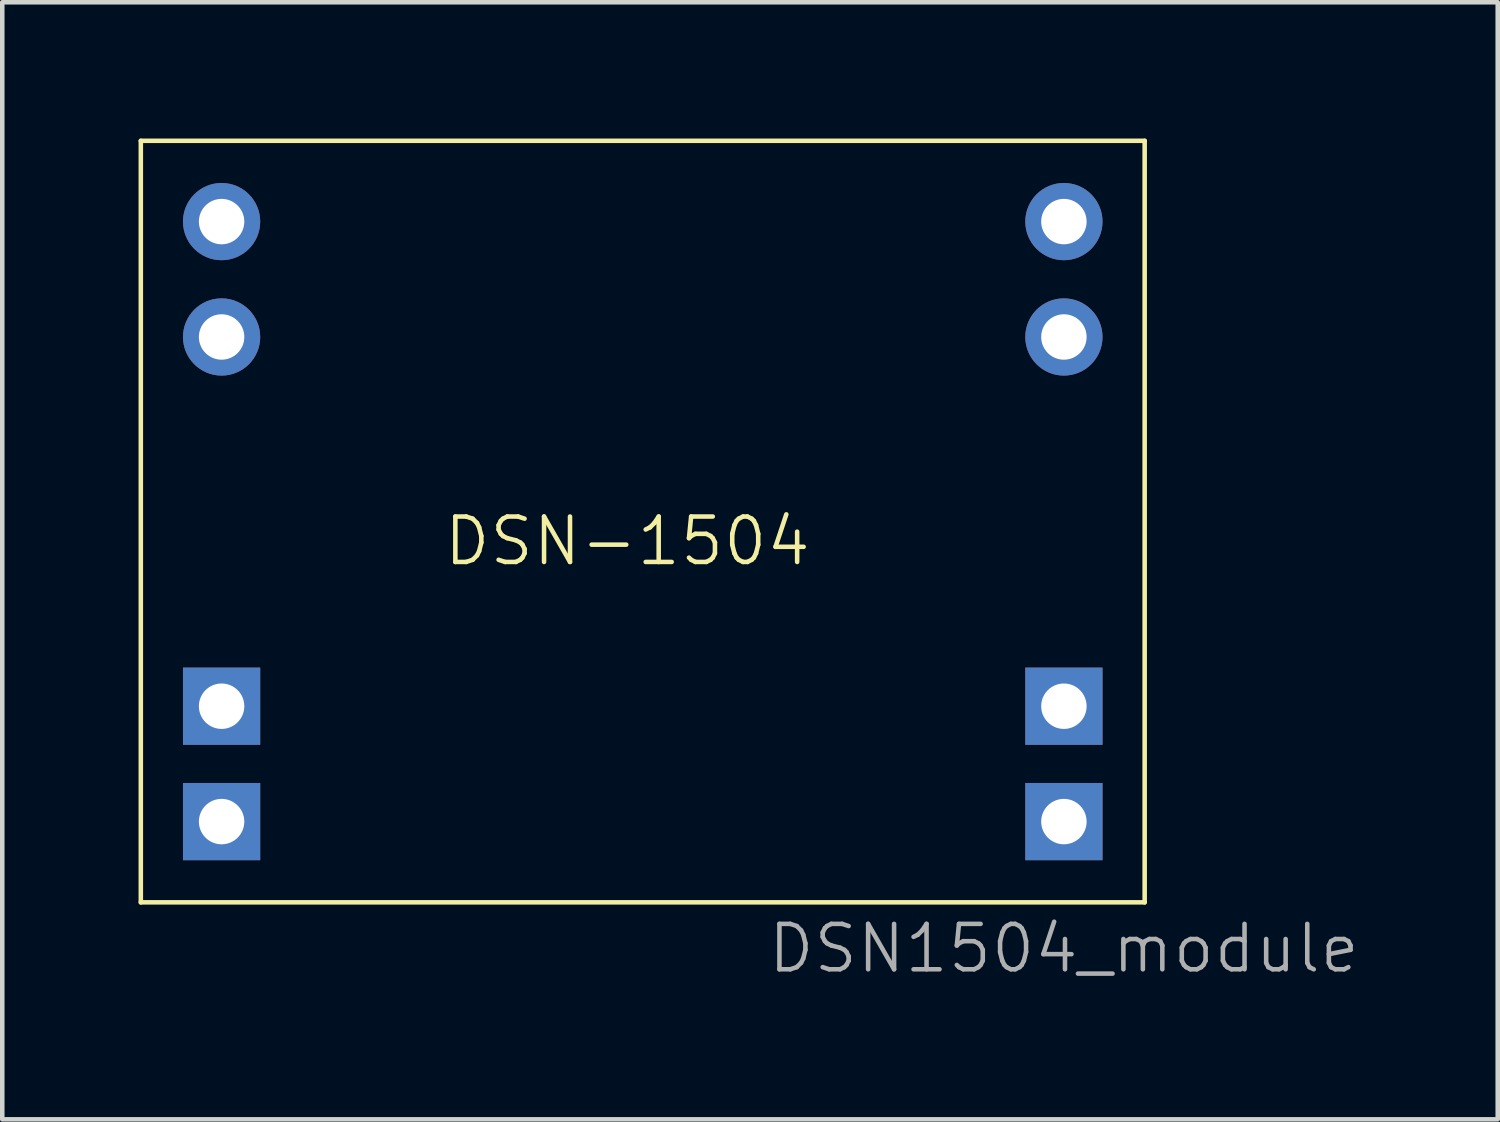
<source format=kicad_pcb>
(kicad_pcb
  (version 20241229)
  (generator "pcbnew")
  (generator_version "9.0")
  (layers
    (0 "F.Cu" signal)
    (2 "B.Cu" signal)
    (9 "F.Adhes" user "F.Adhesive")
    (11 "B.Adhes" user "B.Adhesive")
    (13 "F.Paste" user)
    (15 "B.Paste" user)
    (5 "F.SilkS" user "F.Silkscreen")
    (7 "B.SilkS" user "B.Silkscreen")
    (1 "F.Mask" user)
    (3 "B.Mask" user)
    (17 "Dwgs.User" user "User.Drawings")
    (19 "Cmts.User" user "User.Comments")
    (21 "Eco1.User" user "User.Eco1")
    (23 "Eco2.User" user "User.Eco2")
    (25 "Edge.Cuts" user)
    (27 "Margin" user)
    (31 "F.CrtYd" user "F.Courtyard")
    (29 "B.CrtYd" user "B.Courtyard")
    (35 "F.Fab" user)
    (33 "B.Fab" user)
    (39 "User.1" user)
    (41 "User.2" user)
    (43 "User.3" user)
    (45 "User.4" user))
  (footprint "DSN1504_module"
    (layer "F.Cu")
    (at 10.21 7.67)
    (property "Reference" "DSN1504_module" (at 10.16 10.16 0) (unlocked yes) (layer "F.Fab") (effects (font (size 1 1) (thickness 0.1))))
    (attr through_hole)
    (fp_line (start -10.16 -7.62) (end -10.16 9.144) (stroke (width 0.1) (type default)) (layer "F.SilkS"))
    (fp_line (start -10.16 -7.62) (end 11.938 -7.62) (stroke (width 0.1) (type default)) (layer "F.SilkS"))
    (fp_line (start -10.16 9.144) (end 11.938 9.144) (stroke (width 0.1) (type default)) (layer "F.SilkS"))
    (fp_line (start 11.938 -7.62) (end 11.938 9.144) (stroke (width 0.1) (type default)) (layer "F.SilkS"))
    (fp_text user "DSN-1504" (at -3.54 1.778 0) (unlocked yes) (layer "F.SilkS") (effects (font (size 1 1) (thickness 0.1)) (justify left bottom)))
    (pad "1" thru_hole rect (at -8.382 4.826) (size 1.7 1.7) (drill 1) (layers "*.Cu" "*.Mask"))
    (pad "1" thru_hole rect (at -8.382 7.366) (size 1.7 1.7) (drill 1) (layers "*.Cu" "*.Mask"))
    (pad "2" thru_hole circle (at -8.382 -5.842) (size 1.7 1.7) (drill 1) (layers "*.Cu" "*.Mask"))
    (pad "2" thru_hole circle (at -8.382 -3.302) (size 1.7 1.7) (drill 1) (layers "*.Cu" "*.Mask"))
    (pad "3" thru_hole circle (at 10.16 -5.842) (size 1.7 1.7) (drill 1) (layers "*.Cu" "*.Mask"))
    (pad "3" thru_hole circle (at 10.16 -3.302) (size 1.7 1.7) (drill 1) (layers "*.Cu" "*.Mask"))
    (pad "4" thru_hole rect (at 10.16 4.826) (size 1.7 1.7) (drill 1) (layers "*.Cu" "*.Mask"))
    (pad "4" thru_hole rect (at 10.16 7.366) (size 1.7 1.7) (drill 1) (layers "*.Cu" "*.Mask")))
  (gr_rect
    (start -3 -3)
    (end 29.92 21.59)
    (stroke (width 0.1) (type default))
    (fill no)
    (layer "Edge.Cuts")))
</source>
